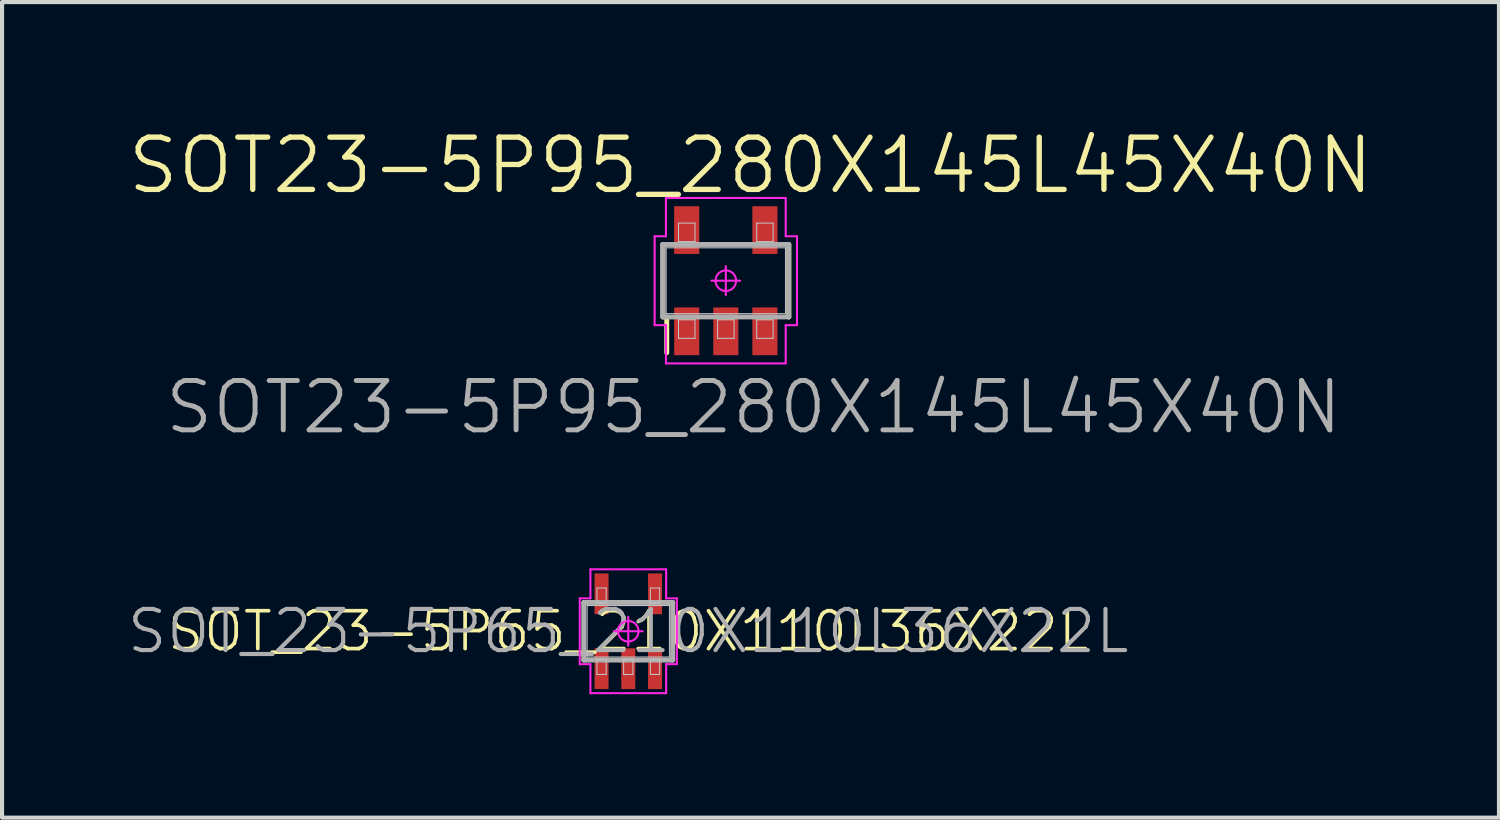
<source format=kicad_pcb>
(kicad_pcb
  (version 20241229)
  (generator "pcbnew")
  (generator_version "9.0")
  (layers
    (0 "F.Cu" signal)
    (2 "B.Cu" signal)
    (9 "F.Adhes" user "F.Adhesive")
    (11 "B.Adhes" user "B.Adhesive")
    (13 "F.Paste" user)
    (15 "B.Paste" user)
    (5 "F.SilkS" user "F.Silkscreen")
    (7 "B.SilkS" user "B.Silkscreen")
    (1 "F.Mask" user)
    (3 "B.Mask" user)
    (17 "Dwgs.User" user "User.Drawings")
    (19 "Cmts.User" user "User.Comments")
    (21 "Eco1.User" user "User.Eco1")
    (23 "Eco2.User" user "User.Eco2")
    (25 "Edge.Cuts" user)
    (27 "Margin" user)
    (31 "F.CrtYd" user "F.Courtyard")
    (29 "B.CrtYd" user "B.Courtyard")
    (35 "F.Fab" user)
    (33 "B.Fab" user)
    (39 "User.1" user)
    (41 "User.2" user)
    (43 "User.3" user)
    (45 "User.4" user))
  (footprint "SOT23-5P95_280X145L45X40N"
    (layer "F.Cu")
    (at 14.587 3.771)
    (property "Reference" "SOT23-5P95_280X145L45X40N" (at 0.675 3.075 0) (layer "F.Fab") (effects (font (size 1.2 1.2) (thickness 0.12))))
    (attr smd)
    (fp_line (start -1.53 0.88) (end -1.53 -0.88) (stroke (width 0.12) (type solid)) (layer "F.SilkS"))
    (fp_line (start -1.435 0.88) (end -1.435 1.75) (stroke (width 0.12) (type solid)) (layer "F.SilkS"))
    (fp_line (start 1.53 0.88) (end 1.53 -0.88) (stroke (width 0.12) (type solid)) (layer "F.SilkS"))
    (fp_line (start -1.45 -0.8) (end 1.45 -0.8) (stroke (width 0.025) (type solid)) (layer "Dwgs.User"))
    (fp_line (start -1.45 0.8) (end -1.45 -0.8) (stroke (width 0.025) (type solid)) (layer "Dwgs.User"))
    (fp_line (start -1.15 -1.4) (end -0.75 -1.4) (stroke (width 0.025) (type solid)) (layer "Dwgs.User"))
    (fp_line (start -1.15 -0.95) (end -1.15 -1.4) (stroke (width 0.025) (type solid)) (layer "Dwgs.User"))
    (fp_line (start -1.15 0.95) (end -0.75 0.95) (stroke (width 0.025) (type solid)) (layer "Dwgs.User"))
    (fp_line (start -1.15 1.4) (end -1.15 0.95) (stroke (width 0.025) (type solid)) (layer "Dwgs.User"))
    (fp_line (start -0.75 -1.4) (end -0.75 -0.95) (stroke (width 0.025) (type solid)) (layer "Dwgs.User"))
    (fp_line (start -0.75 -0.95) (end -1.15 -0.95) (stroke (width 0.025) (type solid)) (layer "Dwgs.User"))
    (fp_line (start -0.75 0.95) (end -0.75 1.4) (stroke (width 0.025) (type solid)) (layer "Dwgs.User"))
    (fp_line (start -0.75 1.4) (end -1.15 1.4) (stroke (width 0.025) (type solid)) (layer "Dwgs.User"))
    (fp_line (start -0.2 0.95) (end 0.2 0.95) (stroke (width 0.025) (type solid)) (layer "Dwgs.User"))
    (fp_line (start -0.2 1.4) (end -0.2 0.95) (stroke (width 0.025) (type solid)) (layer "Dwgs.User"))
    (fp_line (start 0.2 0.95) (end 0.2 1.4) (stroke (width 0.025) (type solid)) (layer "Dwgs.User"))
    (fp_line (start 0.2 1.4) (end -0.2 1.4) (stroke (width 0.025) (type solid)) (layer "Dwgs.User"))
    (fp_line (start 0.75 -1.4) (end 1.15 -1.4) (stroke (width 0.025) (type solid)) (layer "Dwgs.User"))
    (fp_line (start 0.75 -0.95) (end 0.75 -1.4) (stroke (width 0.025) (type solid)) (layer "Dwgs.User"))
    (fp_line (start 0.75 0.95) (end 1.15 0.95) (stroke (width 0.025) (type solid)) (layer "Dwgs.User"))
    (fp_line (start 0.75 1.4) (end 0.75 0.95) (stroke (width 0.025) (type solid)) (layer "Dwgs.User"))
    (fp_line (start 1.15 -1.4) (end 1.15 -0.95) (stroke (width 0.025) (type solid)) (layer "Dwgs.User"))
    (fp_line (start 1.15 -0.95) (end 0.75 -0.95) (stroke (width 0.025) (type solid)) (layer "Dwgs.User"))
    (fp_line (start 1.15 0.95) (end 1.15 1.4) (stroke (width 0.025) (type solid)) (layer "Dwgs.User"))
    (fp_line (start 1.15 1.4) (end 0.75 1.4) (stroke (width 0.025) (type solid)) (layer "Dwgs.User"))
    (fp_line (start 1.45 -0.8) (end 1.45 0.8) (stroke (width 0.025) (type solid)) (layer "Dwgs.User"))
    (fp_line (start 1.45 0.8) (end -1.45 0.8) (stroke (width 0.025) (type solid)) (layer "Dwgs.User"))
    (fp_line (start -1.73 -1.08) (end -1.73 1.08) (stroke (width 0.05) (type solid)) (layer "F.CrtYd"))
    (fp_line (start -1.73 1.08) (end -1.455 1.08) (stroke (width 0.05) (type solid)) (layer "F.CrtYd"))
    (fp_line (start -1.455 -2.01) (end -1.455 -1.08) (stroke (width 0.05) (type solid)) (layer "F.CrtYd"))
    (fp_line (start -1.455 -1.08) (end -1.73 -1.08) (stroke (width 0.05) (type solid)) (layer "F.CrtYd"))
    (fp_line (start -1.455 1.08) (end -1.455 2.01) (stroke (width 0.05) (type solid)) (layer "F.CrtYd"))
    (fp_line (start -1.455 2.01) (end 1.455 2.01) (stroke (width 0.05) (type solid)) (layer "F.CrtYd"))
    (fp_line (start -0.35 0) (end 0.35 0) (stroke (width 0.05) (type solid)) (layer "F.CrtYd"))
    (fp_line (start 0 -0.35) (end 0 0.35) (stroke (width 0.05) (type solid)) (layer "F.CrtYd"))
    (fp_line (start 1.455 -2.01) (end -1.455 -2.01) (stroke (width 0.05) (type solid)) (layer "F.CrtYd"))
    (fp_line (start 1.455 -1.08) (end 1.455 -2.01) (stroke (width 0.05) (type solid)) (layer "F.CrtYd"))
    (fp_line (start 1.455 1.08) (end 1.73 1.08) (stroke (width 0.05) (type solid)) (layer "F.CrtYd"))
    (fp_line (start 1.455 2.01) (end 1.455 1.08) (stroke (width 0.05) (type solid)) (layer "F.CrtYd"))
    (fp_line (start 1.73 -1.08) (end 1.455 -1.08) (stroke (width 0.05) (type solid)) (layer "F.CrtYd"))
    (fp_line (start 1.73 1.08) (end 1.73 -1.08) (stroke (width 0.05) (type solid)) (layer "F.CrtYd"))
    (fp_circle (center 0 0) (end 0 0.25) (stroke (width 0.05) (type solid)) (fill no) (layer "F.CrtYd"))
    (fp_line (start -1.53 -0.88) (end 1.53 -0.88) (stroke (width 0.12) (type solid)) (layer "F.Fab"))
    (fp_line (start -1.53 0.88) (end -1.53 -0.88) (stroke (width 0.12) (type solid)) (layer "F.Fab"))
    (fp_line (start 1.53 -0.88) (end 1.53 0.88) (stroke (width 0.12) (type solid)) (layer "F.Fab"))
    (fp_line (start 1.53 0.88) (end -1.53 0.88) (stroke (width 0.12) (type solid)) (layer "F.Fab"))
    (fp_text user "${REFERENCE}" (at 0.6 -2.8 0) (layer "F.SilkS") (effects (font (size 1.27 1.27) (thickness 0.13))))
    (pad "1" smd rect (at -0.95 1.23 90) (size 1.16 0.61) (layers "F.Cu" "F.Mask" "F.Paste"))
    (pad "2" smd rect (at 0 1.23 90) (size 1.16 0.61) (layers "F.Cu" "F.Mask" "F.Paste"))
    (pad "3" smd rect (at 0.95 1.23 90) (size 1.16 0.61) (layers "F.Cu" "F.Mask" "F.Paste"))
    (pad "4" smd rect (at 0.95 -1.23 90) (size 1.16 0.61) (layers "F.Cu" "F.Mask" "F.Paste"))
    (pad "5" smd rect (at -0.95 -1.23 90) (size 1.16 0.61) (layers "F.Cu" "F.Mask" "F.Paste")))
  (footprint "SOT_23-5P65_210X110L36X22L"
    (layer "F.Cu")
    (at 12.217 12.289)
    (property "Reference" "SOT_23-5P65_210X110L36X22L" (at 0 0 0) (layer "F.Fab") (effects (font (size 1 1) (thickness 0.1))))
    (attr smd)
    (fp_line (start -1.08 -0.7) (end -0.97 -0.7) (stroke (width 0.1) (type solid)) (layer "F.SilkS"))
    (fp_line (start -1.08 0.7) (end -1.08 -0.7) (stroke (width 0.1) (type solid)) (layer "F.SilkS"))
    (fp_line (start -0.97 0.7) (end -1.08 0.7) (stroke (width 0.1) (type solid)) (layer "F.SilkS"))
    (fp_line (start 0.97 0.7) (end 1.08 0.7) (stroke (width 0.1) (type solid)) (layer "F.SilkS"))
    (fp_line (start 1.08 -0.7) (end 0.97 -0.7) (stroke (width 0.1) (type solid)) (layer "F.SilkS"))
    (fp_line (start 1.08 0.7) (end 1.08 -0.7) (stroke (width 0.1) (type solid)) (layer "F.SilkS"))
    (fp_line (start -1 -0.625) (end 1 -0.625) (stroke (width 0.025) (type solid)) (layer "Dwgs.User"))
    (fp_line (start -1 0.625) (end -1 -0.625) (stroke (width 0.025) (type solid)) (layer "Dwgs.User"))
    (fp_line (start -0.762 -1.05) (end -0.537 -1.05) (stroke (width 0.025) (type solid)) (layer "Dwgs.User"))
    (fp_line (start -0.762 -0.69) (end -0.762 -1.05) (stroke (width 0.025) (type solid)) (layer "Dwgs.User"))
    (fp_line (start -0.762 0.69) (end -0.537 0.69) (stroke (width 0.025) (type solid)) (layer "Dwgs.User"))
    (fp_line (start -0.762 1.05) (end -0.762 0.69) (stroke (width 0.025) (type solid)) (layer "Dwgs.User"))
    (fp_line (start -0.537 -1.05) (end -0.537 -0.69) (stroke (width 0.025) (type solid)) (layer "Dwgs.User"))
    (fp_line (start -0.537 -0.69) (end -0.762 -0.69) (stroke (width 0.025) (type solid)) (layer "Dwgs.User"))
    (fp_line (start -0.537 0.69) (end -0.537 1.05) (stroke (width 0.025) (type solid)) (layer "Dwgs.User"))
    (fp_line (start -0.537 1.05) (end -0.762 1.05) (stroke (width 0.025) (type solid)) (layer "Dwgs.User"))
    (fp_line (start -0.113 0.69) (end 0.113 0.69) (stroke (width 0.025) (type solid)) (layer "Dwgs.User"))
    (fp_line (start -0.113 1.05) (end -0.113 0.69) (stroke (width 0.025) (type solid)) (layer "Dwgs.User"))
    (fp_line (start 0.113 0.69) (end 0.113 1.05) (stroke (width 0.025) (type solid)) (layer "Dwgs.User"))
    (fp_line (start 0.113 1.05) (end -0.113 1.05) (stroke (width 0.025) (type solid)) (layer "Dwgs.User"))
    (fp_line (start 0.537 -1.05) (end 0.762 -1.05) (stroke (width 0.025) (type solid)) (layer "Dwgs.User"))
    (fp_line (start 0.537 -0.69) (end 0.537 -1.05) (stroke (width 0.025) (type solid)) (layer "Dwgs.User"))
    (fp_line (start 0.537 0.69) (end 0.762 0.69) (stroke (width 0.025) (type solid)) (layer "Dwgs.User"))
    (fp_line (start 0.537 1.05) (end 0.537 0.69) (stroke (width 0.025) (type solid)) (layer "Dwgs.User"))
    (fp_line (start 0.762 -1.05) (end 0.762 -0.69) (stroke (width 0.025) (type solid)) (layer "Dwgs.User"))
    (fp_line (start 0.762 -0.69) (end 0.537 -0.69) (stroke (width 0.025) (type solid)) (layer "Dwgs.User"))
    (fp_line (start 0.762 0.69) (end 0.762 1.05) (stroke (width 0.025) (type solid)) (layer "Dwgs.User"))
    (fp_line (start 0.762 1.05) (end 0.537 1.05) (stroke (width 0.025) (type solid)) (layer "Dwgs.User"))
    (fp_line (start 1 -0.625) (end 1 0.625) (stroke (width 0.025) (type solid)) (layer "Dwgs.User"))
    (fp_line (start 1 0.625) (end -1 0.625) (stroke (width 0.025) (type solid)) (layer "Dwgs.User"))
    (fp_line (start -1.18 -0.8) (end -1.18 0.8) (stroke (width 0.05) (type solid)) (layer "F.CrtYd"))
    (fp_line (start -1.18 0.8) (end -0.92 0.8) (stroke (width 0.05) (type solid)) (layer "F.CrtYd"))
    (fp_line (start -0.92 -1.505) (end -0.92 -0.8) (stroke (width 0.05) (type solid)) (layer "F.CrtYd"))
    (fp_line (start -0.92 -0.8) (end -1.18 -0.8) (stroke (width 0.05) (type solid)) (layer "F.CrtYd"))
    (fp_line (start -0.92 0.8) (end -0.92 1.505) (stroke (width 0.05) (type solid)) (layer "F.CrtYd"))
    (fp_line (start -0.92 1.505) (end 0.92 1.505) (stroke (width 0.05) (type solid)) (layer "F.CrtYd"))
    (fp_line (start -0.35 0) (end 0.35 0) (stroke (width 0.05) (type solid)) (layer "F.CrtYd"))
    (fp_line (start 0 -0.35) (end 0 0.35) (stroke (width 0.05) (type solid)) (layer "F.CrtYd"))
    (fp_line (start 0.92 -1.505) (end -0.92 -1.505) (stroke (width 0.05) (type solid)) (layer "F.CrtYd"))
    (fp_line (start 0.92 -0.8) (end 0.92 -1.505) (stroke (width 0.05) (type solid)) (layer "F.CrtYd"))
    (fp_line (start 0.92 0.8) (end 1.18 0.8) (stroke (width 0.05) (type solid)) (layer "F.CrtYd"))
    (fp_line (start 0.92 1.505) (end 0.92 0.8) (stroke (width 0.05) (type solid)) (layer "F.CrtYd"))
    (fp_line (start 1.18 -0.8) (end 0.92 -0.8) (stroke (width 0.05) (type solid)) (layer "F.CrtYd"))
    (fp_line (start 1.18 0.8) (end 1.18 -0.8) (stroke (width 0.05) (type solid)) (layer "F.CrtYd"))
    (fp_circle (center 0 0) (end 0 0.25) (stroke (width 0.05) (type solid)) (fill no) (layer "F.CrtYd"))
    (fp_line (start -1.08 -0.7) (end 1.08 -0.7) (stroke (width 0.12) (type solid)) (layer "F.Fab"))
    (fp_line (start -1.08 0.7) (end -1.08 -0.7) (stroke (width 0.12) (type solid)) (layer "F.Fab"))
    (fp_line (start 1.08 -0.7) (end 1.08 0.7) (stroke (width 0.12) (type solid)) (layer "F.Fab"))
    (fp_line (start 1.08 0.7) (end -1.08 0.7) (stroke (width 0.12) (type solid)) (layer "F.Fab"))
    (fp_text user "${REFERENCE}" (at 0 0 0) (layer "F.SilkS") (effects (font (size 0.92 0.92) (thickness 0.09))))
    (pad "1" smd rect (at -0.65 0.91 90) (size 0.99 0.34) (layers "F.Cu" "F.Mask" "F.Paste"))
    (pad "2" smd rect (at 0 0.91 90) (size 0.99 0.34) (layers "F.Cu" "F.Mask" "F.Paste"))
    (pad "3" smd rect (at 0.65 0.91 90) (size 0.99 0.34) (layers "F.Cu" "F.Mask" "F.Paste"))
    (pad "4" smd rect (at 0.65 -0.91 90) (size 0.99 0.34) (layers "F.Cu" "F.Mask" "F.Paste"))
    (pad "5" smd rect (at -0.65 -0.91 90) (size 0.99 0.34) (layers "F.Cu" "F.Mask" "F.Paste")))
  (gr_rect
    (start -3 -3)
    (end 33.374 16.819)
    (stroke (width 0.1) (type default))
    (fill no)
    (layer "Edge.Cuts")))
</source>
